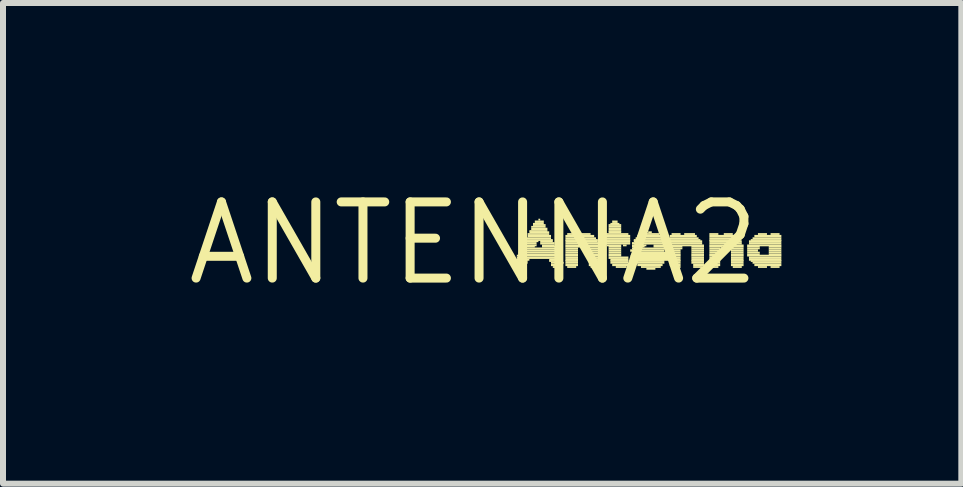
<source format=kicad_pcb>
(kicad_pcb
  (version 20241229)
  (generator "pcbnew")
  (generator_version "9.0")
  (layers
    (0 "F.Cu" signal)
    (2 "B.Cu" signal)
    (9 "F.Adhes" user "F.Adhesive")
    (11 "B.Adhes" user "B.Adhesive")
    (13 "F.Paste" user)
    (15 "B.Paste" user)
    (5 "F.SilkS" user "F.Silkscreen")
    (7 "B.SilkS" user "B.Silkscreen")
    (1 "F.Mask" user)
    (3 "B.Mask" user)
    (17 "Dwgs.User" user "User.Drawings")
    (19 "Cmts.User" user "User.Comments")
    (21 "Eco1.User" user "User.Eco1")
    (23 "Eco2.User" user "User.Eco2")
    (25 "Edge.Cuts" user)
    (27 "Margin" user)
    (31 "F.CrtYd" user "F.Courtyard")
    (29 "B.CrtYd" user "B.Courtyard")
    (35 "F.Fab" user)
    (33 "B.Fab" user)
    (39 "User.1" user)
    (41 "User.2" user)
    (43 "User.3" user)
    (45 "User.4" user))
  (footprint "ANTENNA2"
    (layer "F.Cu")
    (at 4.845 1.006)
    (property "Reference" "ANTENNA2" (at 0 0 0) (layer "F.SilkS") (effects (font (size 1.27 1.27) (thickness 0.15))))
    (attr through_hole)
    (fp_poly (pts (xy 0.69 0.31) (xy 0.9 0.31) (xy 0.9 0.28) (xy 0.69 0.28)) (stroke (width 0) (type solid)) (fill yes) (layer "F.SilkS"))
    (fp_poly (pts (xy 0.69 0.34) (xy 0.9 0.34) (xy 0.9 0.31) (xy 0.69 0.31)) (stroke (width 0) (type solid)) (fill yes) (layer "F.SilkS"))
    (fp_poly (pts (xy 0.69 0.38) (xy 0.87 0.38) (xy 0.87 0.34) (xy 0.69 0.34)) (stroke (width 0) (type solid)) (fill yes) (layer "F.SilkS"))
    (fp_poly (pts (xy 0.72 0.22) (xy 1.44 0.22) (xy 1.44 0.19) (xy 0.72 0.19)) (stroke (width 0) (type solid)) (fill yes) (layer "F.SilkS"))
    (fp_poly (pts (xy 0.72 0.26) (xy 1.47 0.26) (xy 1.47 0.22) (xy 0.72 0.22)) (stroke (width 0) (type solid)) (fill yes) (layer "F.SilkS"))
    (fp_poly (pts (xy 0.72 0.29) (xy 0.93 0.29) (xy 0.93 0.26) (xy 0.72 0.26)) (stroke (width 0) (type solid)) (fill yes) (layer "F.SilkS"))
    (fp_poly (pts (xy 0.72 0.41) (xy 0.87 0.41) (xy 0.87 0.38) (xy 0.72 0.38)) (stroke (width 0) (type solid)) (fill yes) (layer "F.SilkS"))
    (fp_poly (pts (xy 0.75 0.17) (xy 1.41 0.17) (xy 1.41 0.14) (xy 0.75 0.14)) (stroke (width 0) (type solid)) (fill yes) (layer "F.SilkS"))
    (fp_poly (pts (xy 0.75 0.2) (xy 1.44 0.2) (xy 1.44 0.17) (xy 0.75 0.17)) (stroke (width 0) (type solid)) (fill yes) (layer "F.SilkS"))
    (fp_poly (pts (xy 0.78 0.1) (xy 1.38 0.1) (xy 1.38 0.07) (xy 0.78 0.07)) (stroke (width 0) (type solid)) (fill yes) (layer "F.SilkS"))
    (fp_poly (pts (xy 0.78 0.14) (xy 1.41 0.14) (xy 1.41 0.1) (xy 0.78 0.1)) (stroke (width 0) (type solid)) (fill yes) (layer "F.SilkS"))
    (fp_poly (pts (xy 0.81 0.05) (xy 1.05 0.05) (xy 1.05 0.02) (xy 0.81 0.02)) (stroke (width 0) (type solid)) (fill yes) (layer "F.SilkS"))
    (fp_poly (pts (xy 0.81 0.07) (xy 1.02 0.07) (xy 1.02 0.04) (xy 0.81 0.04)) (stroke (width 0) (type solid)) (fill yes) (layer "F.SilkS"))
    (fp_poly (pts (xy 0.84 -0.02) (xy 1.08 -0.02) (xy 1.08 -0.05) (xy 0.84 -0.05)) (stroke (width 0) (type solid)) (fill yes) (layer "F.SilkS"))
    (fp_poly (pts (xy 0.84 0.02) (xy 1.05 0.02) (xy 1.05 -0.02) (xy 0.84 -0.02)) (stroke (width 0) (type solid)) (fill yes) (layer "F.SilkS"))
    (fp_poly (pts (xy 0.87 -0.07) (xy 1.29 -0.07) (xy 1.29 -0.1) (xy 0.87 -0.1)) (stroke (width 0) (type solid)) (fill yes) (layer "F.SilkS"))
    (fp_poly (pts (xy 0.87 -0.04) (xy 1.32 -0.04) (xy 1.32 -0.07) (xy 0.87 -0.07)) (stroke (width 0) (type solid)) (fill yes) (layer "F.SilkS"))
    (fp_poly (pts (xy 0.9 -0.14) (xy 1.26 -0.14) (xy 1.26 -0.17) (xy 0.9 -0.17)) (stroke (width 0) (type solid)) (fill yes) (layer "F.SilkS"))
    (fp_poly (pts (xy 0.9 -0.1) (xy 1.29 -0.1) (xy 1.29 -0.14) (xy 0.9 -0.14)) (stroke (width 0) (type solid)) (fill yes) (layer "F.SilkS"))
    (fp_poly (pts (xy 0.93 -0.19) (xy 1.23 -0.19) (xy 1.23 -0.22) (xy 0.93 -0.22)) (stroke (width 0) (type solid)) (fill yes) (layer "F.SilkS"))
    (fp_poly (pts (xy 0.93 -0.17) (xy 1.26 -0.17) (xy 1.26 -0.2) (xy 0.93 -0.2)) (stroke (width 0) (type solid)) (fill yes) (layer "F.SilkS"))
    (fp_poly (pts (xy 0.96 -0.26) (xy 1.2 -0.26) (xy 1.2 -0.29) (xy 0.96 -0.29)) (stroke (width 0) (type solid)) (fill yes) (layer "F.SilkS"))
    (fp_poly (pts (xy 0.96 -0.22) (xy 1.23 -0.22) (xy 1.23 -0.26) (xy 0.96 -0.26)) (stroke (width 0) (type solid)) (fill yes) (layer "F.SilkS"))
    (fp_poly (pts (xy 0.99 -0.31) (xy 1.17 -0.31) (xy 1.17 -0.34) (xy 0.99 -0.34)) (stroke (width 0) (type solid)) (fill yes) (layer "F.SilkS"))
    (fp_poly (pts (xy 0.99 -0.29) (xy 1.2 -0.29) (xy 1.2 -0.32) (xy 0.99 -0.32)) (stroke (width 0) (type solid)) (fill yes) (layer "F.SilkS"))
    (fp_poly (pts (xy 1.02 -0.34) (xy 1.17 -0.34) (xy 1.17 -0.38) (xy 1.02 -0.38)) (stroke (width 0) (type solid)) (fill yes) (layer "F.SilkS"))
    (fp_poly (pts (xy 1.08 -0.38) (xy 1.11 -0.38) (xy 1.11 -0.41) (xy 1.08 -0.41)) (stroke (width 0) (type solid)) (fill yes) (layer "F.SilkS"))
    (fp_poly (pts (xy 1.11 -0.02) (xy 1.32 -0.02) (xy 1.32 -0.05) (xy 1.11 -0.05)) (stroke (width 0) (type solid)) (fill yes) (layer "F.SilkS"))
    (fp_poly (pts (xy 1.11 0.02) (xy 1.35 0.02) (xy 1.35 -0.02) (xy 1.11 -0.02)) (stroke (width 0) (type solid)) (fill yes) (layer "F.SilkS"))
    (fp_poly (pts (xy 1.14 0.05) (xy 1.35 0.05) (xy 1.35 0.02) (xy 1.14 0.02)) (stroke (width 0) (type solid)) (fill yes) (layer "F.SilkS"))
    (fp_poly (pts (xy 1.14 0.07) (xy 1.38 0.07) (xy 1.38 0.04) (xy 1.14 0.04)) (stroke (width 0) (type solid)) (fill yes) (layer "F.SilkS"))
    (fp_poly (pts (xy 1.26 0.29) (xy 1.47 0.29) (xy 1.47 0.26) (xy 1.26 0.26)) (stroke (width 0) (type solid)) (fill yes) (layer "F.SilkS"))
    (fp_poly (pts (xy 1.26 0.31) (xy 1.47 0.31) (xy 1.47 0.28) (xy 1.26 0.28)) (stroke (width 0) (type solid)) (fill yes) (layer "F.SilkS"))
    (fp_poly (pts (xy 1.29 0.34) (xy 1.5 0.34) (xy 1.5 0.31) (xy 1.29 0.31)) (stroke (width 0) (type solid)) (fill yes) (layer "F.SilkS"))
    (fp_poly (pts (xy 1.29 0.38) (xy 1.47 0.38) (xy 1.47 0.34) (xy 1.29 0.34)) (stroke (width 0) (type solid)) (fill yes) (layer "F.SilkS"))
    (fp_poly (pts (xy 1.32 0.41) (xy 1.44 0.41) (xy 1.44 0.38) (xy 1.32 0.38)) (stroke (width 0) (type solid)) (fill yes) (layer "F.SilkS"))
    (fp_poly (pts (xy 1.53 -0.1) (xy 2.01 -0.1) (xy 2.01 -0.14) (xy 1.53 -0.14)) (stroke (width 0) (type solid)) (fill yes) (layer "F.SilkS"))
    (fp_poly (pts (xy 1.53 -0.07) (xy 2.04 -0.07) (xy 2.04 -0.1) (xy 1.53 -0.1)) (stroke (width 0) (type solid)) (fill yes) (layer "F.SilkS"))
    (fp_poly (pts (xy 1.53 -0.04) (xy 2.07 -0.04) (xy 2.07 -0.07) (xy 1.53 -0.07)) (stroke (width 0) (type solid)) (fill yes) (layer "F.SilkS"))
    (fp_poly (pts (xy 1.53 -0.02) (xy 2.07 -0.02) (xy 2.07 -0.05) (xy 1.53 -0.05)) (stroke (width 0) (type solid)) (fill yes) (layer "F.SilkS"))
    (fp_poly (pts (xy 1.53 0.02) (xy 2.1 0.02) (xy 2.1 -0.02) (xy 1.53 -0.02)) (stroke (width 0) (type solid)) (fill yes) (layer "F.SilkS"))
    (fp_poly (pts (xy 1.53 0.05) (xy 2.1 0.05) (xy 2.1 0.02) (xy 1.53 0.02)) (stroke (width 0) (type solid)) (fill yes) (layer "F.SilkS"))
    (fp_poly (pts (xy 1.53 0.07) (xy 1.77 0.07) (xy 1.77 0.04) (xy 1.53 0.04)) (stroke (width 0) (type solid)) (fill yes) (layer "F.SilkS"))
    (fp_poly (pts (xy 1.53 0.1) (xy 1.74 0.1) (xy 1.74 0.07) (xy 1.53 0.07)) (stroke (width 0) (type solid)) (fill yes) (layer "F.SilkS"))
    (fp_poly (pts (xy 1.53 0.14) (xy 1.74 0.14) (xy 1.74 0.1) (xy 1.53 0.1)) (stroke (width 0) (type solid)) (fill yes) (layer "F.SilkS"))
    (fp_poly (pts (xy 1.53 0.17) (xy 1.74 0.17) (xy 1.74 0.14) (xy 1.53 0.14)) (stroke (width 0) (type solid)) (fill yes) (layer "F.SilkS"))
    (fp_poly (pts (xy 1.53 0.2) (xy 1.74 0.2) (xy 1.74 0.17) (xy 1.53 0.17)) (stroke (width 0) (type solid)) (fill yes) (layer "F.SilkS"))
    (fp_poly (pts (xy 1.53 0.22) (xy 1.74 0.22) (xy 1.74 0.19) (xy 1.53 0.19)) (stroke (width 0) (type solid)) (fill yes) (layer "F.SilkS"))
    (fp_poly (pts (xy 1.53 0.26) (xy 1.74 0.26) (xy 1.74 0.22) (xy 1.53 0.22)) (stroke (width 0) (type solid)) (fill yes) (layer "F.SilkS"))
    (fp_poly (pts (xy 1.53 0.29) (xy 1.74 0.29) (xy 1.74 0.26) (xy 1.53 0.26)) (stroke (width 0) (type solid)) (fill yes) (layer "F.SilkS"))
    (fp_poly (pts (xy 1.53 0.31) (xy 1.74 0.31) (xy 1.74 0.28) (xy 1.53 0.28)) (stroke (width 0) (type solid)) (fill yes) (layer "F.SilkS"))
    (fp_poly (pts (xy 1.53 0.34) (xy 1.74 0.34) (xy 1.74 0.31) (xy 1.53 0.31)) (stroke (width 0) (type solid)) (fill yes) (layer "F.SilkS"))
    (fp_poly (pts (xy 1.53 0.38) (xy 1.74 0.38) (xy 1.74 0.34) (xy 1.53 0.34)) (stroke (width 0) (type solid)) (fill yes) (layer "F.SilkS"))
    (fp_poly (pts (xy 1.56 -0.14) (xy 1.71 -0.14) (xy 1.71 -0.17) (xy 1.56 -0.17)) (stroke (width 0) (type solid)) (fill yes) (layer "F.SilkS"))
    (fp_poly (pts (xy 1.56 0.41) (xy 1.71 0.41) (xy 1.71 0.38) (xy 1.56 0.38)) (stroke (width 0) (type solid)) (fill yes) (layer "F.SilkS"))
    (fp_poly (pts (xy 1.8 -0.14) (xy 1.95 -0.14) (xy 1.95 -0.17) (xy 1.8 -0.17)) (stroke (width 0) (type solid)) (fill yes) (layer "F.SilkS"))
    (fp_poly (pts (xy 1.89 0.07) (xy 2.1 0.07) (xy 2.1 0.04) (xy 1.89 0.04)) (stroke (width 0) (type solid)) (fill yes) (layer "F.SilkS"))
    (fp_poly (pts (xy 1.92 0.1) (xy 2.13 0.1) (xy 2.13 0.07) (xy 1.92 0.07)) (stroke (width 0) (type solid)) (fill yes) (layer "F.SilkS"))
    (fp_poly (pts (xy 1.92 0.14) (xy 2.13 0.14) (xy 2.13 0.1) (xy 1.92 0.1)) (stroke (width 0) (type solid)) (fill yes) (layer "F.SilkS"))
    (fp_poly (pts (xy 1.92 0.17) (xy 2.13 0.17) (xy 2.13 0.14) (xy 1.92 0.14)) (stroke (width 0) (type solid)) (fill yes) (layer "F.SilkS"))
    (fp_poly (pts (xy 1.92 0.2) (xy 2.13 0.2) (xy 2.13 0.17) (xy 1.92 0.17)) (stroke (width 0) (type solid)) (fill yes) (layer "F.SilkS"))
    (fp_poly (pts (xy 1.92 0.22) (xy 2.13 0.22) (xy 2.13 0.19) (xy 1.92 0.19)) (stroke (width 0) (type solid)) (fill yes) (layer "F.SilkS"))
    (fp_poly (pts (xy 1.92 0.26) (xy 2.13 0.26) (xy 2.13 0.22) (xy 1.92 0.22)) (stroke (width 0) (type solid)) (fill yes) (layer "F.SilkS"))
    (fp_poly (pts (xy 1.92 0.29) (xy 2.13 0.29) (xy 2.13 0.26) (xy 1.92 0.26)) (stroke (width 0) (type solid)) (fill yes) (layer "F.SilkS"))
    (fp_poly (pts (xy 1.92 0.31) (xy 2.13 0.31) (xy 2.13 0.28) (xy 1.92 0.28)) (stroke (width 0) (type solid)) (fill yes) (layer "F.SilkS"))
    (fp_poly (pts (xy 1.92 0.34) (xy 2.13 0.34) (xy 2.13 0.31) (xy 1.92 0.31)) (stroke (width 0) (type solid)) (fill yes) (layer "F.SilkS"))
    (fp_poly (pts (xy 1.92 0.38) (xy 2.1 0.38) (xy 2.1 0.34) (xy 1.92 0.34)) (stroke (width 0) (type solid)) (fill yes) (layer "F.SilkS"))
    (fp_poly (pts (xy 1.95 0.41) (xy 2.1 0.41) (xy 2.1 0.38) (xy 1.95 0.38)) (stroke (width 0) (type solid)) (fill yes) (layer "F.SilkS"))
    (fp_poly (pts (xy 2.16 -0.1) (xy 2.61 -0.1) (xy 2.61 -0.14) (xy 2.16 -0.14)) (stroke (width 0) (type solid)) (fill yes) (layer "F.SilkS"))
    (fp_poly (pts (xy 2.16 -0.07) (xy 2.61 -0.07) (xy 2.61 -0.1) (xy 2.16 -0.1)) (stroke (width 0) (type solid)) (fill yes) (layer "F.SilkS"))
    (fp_poly (pts (xy 2.16 -0.04) (xy 2.61 -0.04) (xy 2.61 -0.07) (xy 2.16 -0.07)) (stroke (width 0) (type solid)) (fill yes) (layer "F.SilkS"))
    (fp_poly (pts (xy 2.16 -0.02) (xy 2.61 -0.02) (xy 2.61 -0.05) (xy 2.16 -0.05)) (stroke (width 0) (type solid)) (fill yes) (layer "F.SilkS"))
    (fp_poly (pts (xy 2.16 0.02) (xy 2.61 0.02) (xy 2.61 -0.02) (xy 2.16 -0.02)) (stroke (width 0) (type solid)) (fill yes) (layer "F.SilkS"))
    (fp_poly (pts (xy 2.19 -0.14) (xy 2.58 -0.14) (xy 2.58 -0.17) (xy 2.19 -0.17)) (stroke (width 0) (type solid)) (fill yes) (layer "F.SilkS"))
    (fp_poly (pts (xy 2.22 0.05) (xy 2.46 0.05) (xy 2.46 0.02) (xy 2.22 0.02)) (stroke (width 0) (type solid)) (fill yes) (layer "F.SilkS"))
    (fp_poly (pts (xy 2.25 -0.29) (xy 2.46 -0.29) (xy 2.46 -0.32) (xy 2.25 -0.32)) (stroke (width 0) (type solid)) (fill yes) (layer "F.SilkS"))
    (fp_poly (pts (xy 2.25 -0.26) (xy 2.46 -0.26) (xy 2.46 -0.29) (xy 2.25 -0.29)) (stroke (width 0) (type solid)) (fill yes) (layer "F.SilkS"))
    (fp_poly (pts (xy 2.25 -0.22) (xy 2.46 -0.22) (xy 2.46 -0.26) (xy 2.25 -0.26)) (stroke (width 0) (type solid)) (fill yes) (layer "F.SilkS"))
    (fp_poly (pts (xy 2.25 -0.19) (xy 2.46 -0.19) (xy 2.46 -0.22) (xy 2.25 -0.22)) (stroke (width 0) (type solid)) (fill yes) (layer "F.SilkS"))
    (fp_poly (pts (xy 2.25 -0.17) (xy 2.46 -0.17) (xy 2.46 -0.2) (xy 2.25 -0.2)) (stroke (width 0) (type solid)) (fill yes) (layer "F.SilkS"))
    (fp_poly (pts (xy 2.25 0.07) (xy 2.46 0.07) (xy 2.46 0.04) (xy 2.25 0.04)) (stroke (width 0) (type solid)) (fill yes) (layer "F.SilkS"))
    (fp_poly (pts (xy 2.25 0.1) (xy 2.46 0.1) (xy 2.46 0.07) (xy 2.25 0.07)) (stroke (width 0) (type solid)) (fill yes) (layer "F.SilkS"))
    (fp_poly (pts (xy 2.25 0.14) (xy 2.46 0.14) (xy 2.46 0.1) (xy 2.25 0.1)) (stroke (width 0) (type solid)) (fill yes) (layer "F.SilkS"))
    (fp_poly (pts (xy 2.25 0.17) (xy 2.46 0.17) (xy 2.46 0.14) (xy 2.25 0.14)) (stroke (width 0) (type solid)) (fill yes) (layer "F.SilkS"))
    (fp_poly (pts (xy 2.25 0.2) (xy 2.46 0.2) (xy 2.46 0.17) (xy 2.25 0.17)) (stroke (width 0) (type solid)) (fill yes) (layer "F.SilkS"))
    (fp_poly (pts (xy 2.25 0.22) (xy 2.46 0.22) (xy 2.46 0.19) (xy 2.25 0.19)) (stroke (width 0) (type solid)) (fill yes) (layer "F.SilkS"))
    (fp_poly (pts (xy 2.25 0.26) (xy 2.58 0.26) (xy 2.58 0.22) (xy 2.25 0.22)) (stroke (width 0) (type solid)) (fill yes) (layer "F.SilkS"))
    (fp_poly (pts (xy 2.28 -0.31) (xy 2.43 -0.31) (xy 2.43 -0.34) (xy 2.28 -0.34)) (stroke (width 0) (type solid)) (fill yes) (layer "F.SilkS"))
    (fp_poly (pts (xy 2.28 0.29) (xy 2.58 0.29) (xy 2.58 0.26) (xy 2.28 0.26)) (stroke (width 0) (type solid)) (fill yes) (layer "F.SilkS"))
    (fp_poly (pts (xy 2.28 0.31) (xy 2.58 0.31) (xy 2.58 0.28) (xy 2.28 0.28)) (stroke (width 0) (type solid)) (fill yes) (layer "F.SilkS"))
    (fp_poly (pts (xy 2.28 0.34) (xy 2.58 0.34) (xy 2.58 0.31) (xy 2.28 0.31)) (stroke (width 0) (type solid)) (fill yes) (layer "F.SilkS"))
    (fp_poly (pts (xy 2.31 -0.34) (xy 2.4 -0.34) (xy 2.4 -0.38) (xy 2.31 -0.38)) (stroke (width 0) (type solid)) (fill yes) (layer "F.SilkS"))
    (fp_poly (pts (xy 2.31 0.38) (xy 2.58 0.38) (xy 2.58 0.34) (xy 2.31 0.34)) (stroke (width 0) (type solid)) (fill yes) (layer "F.SilkS"))
    (fp_poly (pts (xy 2.37 0.41) (xy 2.55 0.41) (xy 2.55 0.38) (xy 2.37 0.38)) (stroke (width 0) (type solid)) (fill yes) (layer "F.SilkS"))
    (fp_poly (pts (xy 2.49 0.05) (xy 2.55 0.05) (xy 2.55 0.02) (xy 2.49 0.02)) (stroke (width 0) (type solid)) (fill yes) (layer "F.SilkS"))
    (fp_poly (pts (xy 2.61 0.14) (xy 3.18 0.14) (xy 3.18 0.1) (xy 2.61 0.1)) (stroke (width 0) (type solid)) (fill yes) (layer "F.SilkS"))
    (fp_poly (pts (xy 2.64 0.02) (xy 3.21 0.02) (xy 3.21 -0.02) (xy 2.64 -0.02)) (stroke (width 0) (type solid)) (fill yes) (layer "F.SilkS"))
    (fp_poly (pts (xy 2.64 0.05) (xy 2.88 0.05) (xy 2.88 0.02) (xy 2.64 0.02)) (stroke (width 0) (type solid)) (fill yes) (layer "F.SilkS"))
    (fp_poly (pts (xy 2.64 0.07) (xy 2.85 0.07) (xy 2.85 0.04) (xy 2.64 0.04)) (stroke (width 0) (type solid)) (fill yes) (layer "F.SilkS"))
    (fp_poly (pts (xy 2.64 0.1) (xy 3.21 0.1) (xy 3.21 0.07) (xy 2.64 0.07)) (stroke (width 0) (type solid)) (fill yes) (layer "F.SilkS"))
    (fp_poly (pts (xy 2.64 0.17) (xy 3.18 0.17) (xy 3.18 0.14) (xy 2.64 0.14)) (stroke (width 0) (type solid)) (fill yes) (layer "F.SilkS"))
    (fp_poly (pts (xy 2.64 0.2) (xy 3.12 0.2) (xy 3.12 0.17) (xy 2.64 0.17)) (stroke (width 0) (type solid)) (fill yes) (layer "F.SilkS"))
    (fp_poly (pts (xy 2.64 0.22) (xy 2.85 0.22) (xy 2.85 0.19) (xy 2.64 0.19)) (stroke (width 0) (type solid)) (fill yes) (layer "F.SilkS"))
    (fp_poly (pts (xy 2.64 0.26) (xy 2.91 0.26) (xy 2.91 0.22) (xy 2.64 0.22)) (stroke (width 0) (type solid)) (fill yes) (layer "F.SilkS"))
    (fp_poly (pts (xy 2.67 -0.04) (xy 3.18 -0.04) (xy 3.18 -0.07) (xy 2.67 -0.07)) (stroke (width 0) (type solid)) (fill yes) (layer "F.SilkS"))
    (fp_poly (pts (xy 2.67 -0.02) (xy 3.18 -0.02) (xy 3.18 -0.05) (xy 2.67 -0.05)) (stroke (width 0) (type solid)) (fill yes) (layer "F.SilkS"))
    (fp_poly (pts (xy 2.67 0.29) (xy 3.15 0.29) (xy 3.15 0.26) (xy 2.67 0.26)) (stroke (width 0) (type solid)) (fill yes) (layer "F.SilkS"))
    (fp_poly (pts (xy 2.67 0.31) (xy 3.18 0.31) (xy 3.18 0.28) (xy 2.67 0.28)) (stroke (width 0) (type solid)) (fill yes) (layer "F.SilkS"))
    (fp_poly (pts (xy 2.7 -0.07) (xy 3.15 -0.07) (xy 3.15 -0.1) (xy 2.7 -0.1)) (stroke (width 0) (type solid)) (fill yes) (layer "F.SilkS"))
    (fp_poly (pts (xy 2.7 0.34) (xy 3.18 0.34) (xy 3.18 0.31) (xy 2.7 0.31)) (stroke (width 0) (type solid)) (fill yes) (layer "F.SilkS"))
    (fp_poly (pts (xy 2.73 -0.1) (xy 3.12 -0.1) (xy 3.12 -0.14) (xy 2.73 -0.14)) (stroke (width 0) (type solid)) (fill yes) (layer "F.SilkS"))
    (fp_poly (pts (xy 2.73 0.38) (xy 3.15 0.38) (xy 3.15 0.34) (xy 2.73 0.34)) (stroke (width 0) (type solid)) (fill yes) (layer "F.SilkS"))
    (fp_poly (pts (xy 2.79 -0.14) (xy 3.09 -0.14) (xy 3.09 -0.17) (xy 2.79 -0.17)) (stroke (width 0) (type solid)) (fill yes) (layer "F.SilkS"))
    (fp_poly (pts (xy 2.79 0.41) (xy 3.12 0.41) (xy 3.12 0.38) (xy 2.79 0.38)) (stroke (width 0) (type solid)) (fill yes) (layer "F.SilkS"))
    (fp_poly (pts (xy 2.88 0.44) (xy 3.03 0.44) (xy 3.03 0.41) (xy 2.88 0.41)) (stroke (width 0) (type solid)) (fill yes) (layer "F.SilkS"))
    (fp_poly (pts (xy 2.91 -0.17) (xy 2.97 -0.17) (xy 2.97 -0.2) (xy 2.91 -0.2)) (stroke (width 0) (type solid)) (fill yes) (layer "F.SilkS"))
    (fp_poly (pts (xy 3 0.05) (xy 3.21 0.05) (xy 3.21 0.02) (xy 3 0.02)) (stroke (width 0) (type solid)) (fill yes) (layer "F.SilkS"))
    (fp_poly (pts (xy 3 0.07) (xy 3.21 0.07) (xy 3.21 0.04) (xy 3 0.04)) (stroke (width 0) (type solid)) (fill yes) (layer "F.SilkS"))
    (fp_poly (pts (xy 3.03 0.26) (xy 3.15 0.26) (xy 3.15 0.22) (xy 3.03 0.22)) (stroke (width 0) (type solid)) (fill yes) (layer "F.SilkS"))
    (fp_poly (pts (xy 3.27 -0.1) (xy 3.72 -0.1) (xy 3.72 -0.14) (xy 3.27 -0.14)) (stroke (width 0) (type solid)) (fill yes) (layer "F.SilkS"))
    (fp_poly (pts (xy 3.27 -0.07) (xy 3.75 -0.07) (xy 3.75 -0.1) (xy 3.27 -0.1)) (stroke (width 0) (type solid)) (fill yes) (layer "F.SilkS"))
    (fp_poly (pts (xy 3.27 -0.04) (xy 3.78 -0.04) (xy 3.78 -0.07) (xy 3.27 -0.07)) (stroke (width 0) (type solid)) (fill yes) (layer "F.SilkS"))
    (fp_poly (pts (xy 3.27 -0.02) (xy 3.81 -0.02) (xy 3.81 -0.05) (xy 3.27 -0.05)) (stroke (width 0) (type solid)) (fill yes) (layer "F.SilkS"))
    (fp_poly (pts (xy 3.27 0.02) (xy 3.81 0.02) (xy 3.81 -0.02) (xy 3.27 -0.02)) (stroke (width 0) (type solid)) (fill yes) (layer "F.SilkS"))
    (fp_poly (pts (xy 3.27 0.05) (xy 3.84 0.05) (xy 3.84 0.02) (xy 3.27 0.02)) (stroke (width 0) (type solid)) (fill yes) (layer "F.SilkS"))
    (fp_poly (pts (xy 3.27 0.07) (xy 3.48 0.07) (xy 3.48 0.04) (xy 3.27 0.04)) (stroke (width 0) (type solid)) (fill yes) (layer "F.SilkS"))
    (fp_poly (pts (xy 3.27 0.1) (xy 3.48 0.1) (xy 3.48 0.07) (xy 3.27 0.07)) (stroke (width 0) (type solid)) (fill yes) (layer "F.SilkS"))
    (fp_poly (pts (xy 3.27 0.14) (xy 3.45 0.14) (xy 3.45 0.1) (xy 3.27 0.1)) (stroke (width 0) (type solid)) (fill yes) (layer "F.SilkS"))
    (fp_poly (pts (xy 3.27 0.17) (xy 3.45 0.17) (xy 3.45 0.14) (xy 3.27 0.14)) (stroke (width 0) (type solid)) (fill yes) (layer "F.SilkS"))
    (fp_poly (pts (xy 3.27 0.2) (xy 3.45 0.2) (xy 3.45 0.17) (xy 3.27 0.17)) (stroke (width 0) (type solid)) (fill yes) (layer "F.SilkS"))
    (fp_poly (pts (xy 3.27 0.22) (xy 3.45 0.22) (xy 3.45 0.19) (xy 3.27 0.19)) (stroke (width 0) (type solid)) (fill yes) (layer "F.SilkS"))
    (fp_poly (pts (xy 3.27 0.26) (xy 3.45 0.26) (xy 3.45 0.22) (xy 3.27 0.22)) (stroke (width 0) (type solid)) (fill yes) (layer "F.SilkS"))
    (fp_poly (pts (xy 3.27 0.29) (xy 3.45 0.29) (xy 3.45 0.26) (xy 3.27 0.26)) (stroke (width 0) (type solid)) (fill yes) (layer "F.SilkS"))
    (fp_poly (pts (xy 3.27 0.31) (xy 3.45 0.31) (xy 3.45 0.28) (xy 3.27 0.28)) (stroke (width 0) (type solid)) (fill yes) (layer "F.SilkS"))
    (fp_poly (pts (xy 3.27 0.34) (xy 3.45 0.34) (xy 3.45 0.31) (xy 3.27 0.31)) (stroke (width 0) (type solid)) (fill yes) (layer "F.SilkS"))
    (fp_poly (pts (xy 3.27 0.38) (xy 3.45 0.38) (xy 3.45 0.34) (xy 3.27 0.34)) (stroke (width 0) (type solid)) (fill yes) (layer "F.SilkS"))
    (fp_poly (pts (xy 3.3 -0.14) (xy 3.45 -0.14) (xy 3.45 -0.17) (xy 3.3 -0.17)) (stroke (width 0) (type solid)) (fill yes) (layer "F.SilkS"))
    (fp_poly (pts (xy 3.3 0.41) (xy 3.45 0.41) (xy 3.45 0.38) (xy 3.3 0.38)) (stroke (width 0) (type solid)) (fill yes) (layer "F.SilkS"))
    (fp_poly (pts (xy 3.51 -0.14) (xy 3.69 -0.14) (xy 3.69 -0.17) (xy 3.51 -0.17)) (stroke (width 0) (type solid)) (fill yes) (layer "F.SilkS"))
    (fp_poly (pts (xy 3.63 0.07) (xy 3.84 0.07) (xy 3.84 0.04) (xy 3.63 0.04)) (stroke (width 0) (type solid)) (fill yes) (layer "F.SilkS"))
    (fp_poly (pts (xy 3.63 0.1) (xy 3.84 0.1) (xy 3.84 0.07) (xy 3.63 0.07)) (stroke (width 0) (type solid)) (fill yes) (layer "F.SilkS"))
    (fp_poly (pts (xy 3.63 0.14) (xy 3.84 0.14) (xy 3.84 0.1) (xy 3.63 0.1)) (stroke (width 0) (type solid)) (fill yes) (layer "F.SilkS"))
    (fp_poly (pts (xy 3.63 0.17) (xy 3.84 0.17) (xy 3.84 0.14) (xy 3.63 0.14)) (stroke (width 0) (type solid)) (fill yes) (layer "F.SilkS"))
    (fp_poly (pts (xy 3.63 0.2) (xy 3.84 0.2) (xy 3.84 0.17) (xy 3.63 0.17)) (stroke (width 0) (type solid)) (fill yes) (layer "F.SilkS"))
    (fp_poly (pts (xy 3.63 0.22) (xy 3.84 0.22) (xy 3.84 0.19) (xy 3.63 0.19)) (stroke (width 0) (type solid)) (fill yes) (layer "F.SilkS"))
    (fp_poly (pts (xy 3.63 0.26) (xy 3.84 0.26) (xy 3.84 0.22) (xy 3.63 0.22)) (stroke (width 0) (type solid)) (fill yes) (layer "F.SilkS"))
    (fp_poly (pts (xy 3.63 0.29) (xy 3.84 0.29) (xy 3.84 0.26) (xy 3.63 0.26)) (stroke (width 0) (type solid)) (fill yes) (layer "F.SilkS"))
    (fp_poly (pts (xy 3.63 0.31) (xy 3.84 0.31) (xy 3.84 0.28) (xy 3.63 0.28)) (stroke (width 0) (type solid)) (fill yes) (layer "F.SilkS"))
    (fp_poly (pts (xy 3.63 0.34) (xy 3.84 0.34) (xy 3.84 0.31) (xy 3.63 0.31)) (stroke (width 0) (type solid)) (fill yes) (layer "F.SilkS"))
    (fp_poly (pts (xy 3.66 0.38) (xy 3.84 0.38) (xy 3.84 0.34) (xy 3.66 0.34)) (stroke (width 0) (type solid)) (fill yes) (layer "F.SilkS"))
    (fp_poly (pts (xy 3.66 0.41) (xy 3.81 0.41) (xy 3.81 0.38) (xy 3.66 0.38)) (stroke (width 0) (type solid)) (fill yes) (layer "F.SilkS"))
    (fp_poly (pts (xy 3.93 -0.14) (xy 4.08 -0.14) (xy 4.08 -0.17) (xy 3.93 -0.17)) (stroke (width 0) (type solid)) (fill yes) (layer "F.SilkS"))
    (fp_poly (pts (xy 3.93 -0.1) (xy 4.38 -0.1) (xy 4.38 -0.14) (xy 3.93 -0.14)) (stroke (width 0) (type solid)) (fill yes) (layer "F.SilkS"))
    (fp_poly (pts (xy 3.93 -0.07) (xy 4.41 -0.07) (xy 4.41 -0.1) (xy 3.93 -0.1)) (stroke (width 0) (type solid)) (fill yes) (layer "F.SilkS"))
    (fp_poly (pts (xy 3.93 -0.04) (xy 4.44 -0.04) (xy 4.44 -0.07) (xy 3.93 -0.07)) (stroke (width 0) (type solid)) (fill yes) (layer "F.SilkS"))
    (fp_poly (pts (xy 3.93 -0.02) (xy 4.47 -0.02) (xy 4.47 -0.05) (xy 3.93 -0.05)) (stroke (width 0) (type solid)) (fill yes) (layer "F.SilkS"))
    (fp_poly (pts (xy 3.93 0.02) (xy 4.47 0.02) (xy 4.47 -0.02) (xy 3.93 -0.02)) (stroke (width 0) (type solid)) (fill yes) (layer "F.SilkS"))
    (fp_poly (pts (xy 3.93 0.05) (xy 4.5 0.05) (xy 4.5 0.02) (xy 3.93 0.02)) (stroke (width 0) (type solid)) (fill yes) (layer "F.SilkS"))
    (fp_poly (pts (xy 3.93 0.07) (xy 4.14 0.07) (xy 4.14 0.04) (xy 3.93 0.04)) (stroke (width 0) (type solid)) (fill yes) (layer "F.SilkS"))
    (fp_poly (pts (xy 3.93 0.1) (xy 4.11 0.1) (xy 4.11 0.07) (xy 3.93 0.07)) (stroke (width 0) (type solid)) (fill yes) (layer "F.SilkS"))
    (fp_poly (pts (xy 3.93 0.14) (xy 4.11 0.14) (xy 4.11 0.1) (xy 3.93 0.1)) (stroke (width 0) (type solid)) (fill yes) (layer "F.SilkS"))
    (fp_poly (pts (xy 3.93 0.17) (xy 4.11 0.17) (xy 4.11 0.14) (xy 3.93 0.14)) (stroke (width 0) (type solid)) (fill yes) (layer "F.SilkS"))
    (fp_poly (pts (xy 3.93 0.2) (xy 4.11 0.2) (xy 4.11 0.17) (xy 3.93 0.17)) (stroke (width 0) (type solid)) (fill yes) (layer "F.SilkS"))
    (fp_poly (pts (xy 3.93 0.22) (xy 4.11 0.22) (xy 4.11 0.19) (xy 3.93 0.19)) (stroke (width 0) (type solid)) (fill yes) (layer "F.SilkS"))
    (fp_poly (pts (xy 3.93 0.26) (xy 4.11 0.26) (xy 4.11 0.22) (xy 3.93 0.22)) (stroke (width 0) (type solid)) (fill yes) (layer "F.SilkS"))
    (fp_poly (pts (xy 3.93 0.29) (xy 4.11 0.29) (xy 4.11 0.26) (xy 3.93 0.26)) (stroke (width 0) (type solid)) (fill yes) (layer "F.SilkS"))
    (fp_poly (pts (xy 3.93 0.31) (xy 4.11 0.31) (xy 4.11 0.28) (xy 3.93 0.28)) (stroke (width 0) (type solid)) (fill yes) (layer "F.SilkS"))
    (fp_poly (pts (xy 3.93 0.34) (xy 4.11 0.34) (xy 4.11 0.31) (xy 3.93 0.31)) (stroke (width 0) (type solid)) (fill yes) (layer "F.SilkS"))
    (fp_poly (pts (xy 3.93 0.38) (xy 4.11 0.38) (xy 4.11 0.34) (xy 3.93 0.34)) (stroke (width 0) (type solid)) (fill yes) (layer "F.SilkS"))
    (fp_poly (pts (xy 3.93 0.41) (xy 4.08 0.41) (xy 4.08 0.38) (xy 3.93 0.38)) (stroke (width 0) (type solid)) (fill yes) (layer "F.SilkS"))
    (fp_poly (pts (xy 4.17 -0.14) (xy 4.32 -0.14) (xy 4.32 -0.17) (xy 4.17 -0.17)) (stroke (width 0) (type solid)) (fill yes) (layer "F.SilkS"))
    (fp_poly (pts (xy 4.29 0.07) (xy 4.5 0.07) (xy 4.5 0.04) (xy 4.29 0.04)) (stroke (width 0) (type solid)) (fill yes) (layer "F.SilkS"))
    (fp_poly (pts (xy 4.29 0.1) (xy 4.5 0.1) (xy 4.5 0.07) (xy 4.29 0.07)) (stroke (width 0) (type solid)) (fill yes) (layer "F.SilkS"))
    (fp_poly (pts (xy 4.29 0.14) (xy 4.5 0.14) (xy 4.5 0.1) (xy 4.29 0.1)) (stroke (width 0) (type solid)) (fill yes) (layer "F.SilkS"))
    (fp_poly (pts (xy 4.29 0.17) (xy 4.5 0.17) (xy 4.5 0.14) (xy 4.29 0.14)) (stroke (width 0) (type solid)) (fill yes) (layer "F.SilkS"))
    (fp_poly (pts (xy 4.29 0.2) (xy 4.5 0.2) (xy 4.5 0.17) (xy 4.29 0.17)) (stroke (width 0) (type solid)) (fill yes) (layer "F.SilkS"))
    (fp_poly (pts (xy 4.29 0.22) (xy 4.5 0.22) (xy 4.5 0.19) (xy 4.29 0.19)) (stroke (width 0) (type solid)) (fill yes) (layer "F.SilkS"))
    (fp_poly (pts (xy 4.29 0.26) (xy 4.5 0.26) (xy 4.5 0.22) (xy 4.29 0.22)) (stroke (width 0) (type solid)) (fill yes) (layer "F.SilkS"))
    (fp_poly (pts (xy 4.29 0.29) (xy 4.5 0.29) (xy 4.5 0.26) (xy 4.29 0.26)) (stroke (width 0) (type solid)) (fill yes) (layer "F.SilkS"))
    (fp_poly (pts (xy 4.29 0.31) (xy 4.5 0.31) (xy 4.5 0.28) (xy 4.29 0.28)) (stroke (width 0) (type solid)) (fill yes) (layer "F.SilkS"))
    (fp_poly (pts (xy 4.29 0.34) (xy 4.5 0.34) (xy 4.5 0.31) (xy 4.29 0.31)) (stroke (width 0) (type solid)) (fill yes) (layer "F.SilkS"))
    (fp_poly (pts (xy 4.29 0.38) (xy 4.5 0.38) (xy 4.5 0.34) (xy 4.29 0.34)) (stroke (width 0) (type solid)) (fill yes) (layer "F.SilkS"))
    (fp_poly (pts (xy 4.32 0.41) (xy 4.47 0.41) (xy 4.47 0.38) (xy 4.32 0.38)) (stroke (width 0) (type solid)) (fill yes) (layer "F.SilkS"))
    (fp_poly (pts (xy 4.56 0.05) (xy 5.13 0.05) (xy 5.13 0.02) (xy 4.56 0.02)) (stroke (width 0) (type solid)) (fill yes) (layer "F.SilkS"))
    (fp_poly (pts (xy 4.56 0.07) (xy 4.77 0.07) (xy 4.77 0.04) (xy 4.56 0.04)) (stroke (width 0) (type solid)) (fill yes) (layer "F.SilkS"))
    (fp_poly (pts (xy 4.56 0.1) (xy 4.77 0.1) (xy 4.77 0.07) (xy 4.56 0.07)) (stroke (width 0) (type solid)) (fill yes) (layer "F.SilkS"))
    (fp_poly (pts (xy 4.56 0.14) (xy 4.74 0.14) (xy 4.74 0.1) (xy 4.56 0.1)) (stroke (width 0) (type solid)) (fill yes) (layer "F.SilkS"))
    (fp_poly (pts (xy 4.56 0.17) (xy 4.77 0.17) (xy 4.77 0.14) (xy 4.56 0.14)) (stroke (width 0) (type solid)) (fill yes) (layer "F.SilkS"))
    (fp_poly (pts (xy 4.56 0.2) (xy 4.77 0.2) (xy 4.77 0.17) (xy 4.56 0.17)) (stroke (width 0) (type solid)) (fill yes) (layer "F.SilkS"))
    (fp_poly (pts (xy 4.56 0.22) (xy 5.13 0.22) (xy 5.13 0.19) (xy 4.56 0.19)) (stroke (width 0) (type solid)) (fill yes) (layer "F.SilkS"))
    (fp_poly (pts (xy 4.59 -0.02) (xy 5.13 -0.02) (xy 5.13 -0.05) (xy 4.59 -0.05)) (stroke (width 0) (type solid)) (fill yes) (layer "F.SilkS"))
    (fp_poly (pts (xy 4.59 0.02) (xy 5.13 0.02) (xy 5.13 -0.02) (xy 4.59 -0.02)) (stroke (width 0) (type solid)) (fill yes) (layer "F.SilkS"))
    (fp_poly (pts (xy 4.59 0.26) (xy 5.13 0.26) (xy 5.13 0.22) (xy 4.59 0.22)) (stroke (width 0) (type solid)) (fill yes) (layer "F.SilkS"))
    (fp_poly (pts (xy 4.59 0.29) (xy 5.13 0.29) (xy 5.13 0.26) (xy 4.59 0.26)) (stroke (width 0) (type solid)) (fill yes) (layer "F.SilkS"))
    (fp_poly (pts (xy 4.62 -0.04) (xy 5.13 -0.04) (xy 5.13 -0.07) (xy 4.62 -0.07)) (stroke (width 0) (type solid)) (fill yes) (layer "F.SilkS"))
    (fp_poly (pts (xy 4.62 0.31) (xy 5.13 0.31) (xy 5.13 0.28) (xy 4.62 0.28)) (stroke (width 0) (type solid)) (fill yes) (layer "F.SilkS"))
    (fp_poly (pts (xy 4.65 -0.07) (xy 5.13 -0.07) (xy 5.13 -0.1) (xy 4.65 -0.1)) (stroke (width 0) (type solid)) (fill yes) (layer "F.SilkS"))
    (fp_poly (pts (xy 4.65 0.34) (xy 5.13 0.34) (xy 5.13 0.31) (xy 4.65 0.31)) (stroke (width 0) (type solid)) (fill yes) (layer "F.SilkS"))
    (fp_poly (pts (xy 4.68 -0.1) (xy 5.13 -0.1) (xy 5.13 -0.14) (xy 4.68 -0.14)) (stroke (width 0) (type solid)) (fill yes) (layer "F.SilkS"))
    (fp_poly (pts (xy 4.68 0.38) (xy 5.13 0.38) (xy 5.13 0.34) (xy 4.68 0.34)) (stroke (width 0) (type solid)) (fill yes) (layer "F.SilkS"))
    (fp_poly (pts (xy 4.74 -0.14) (xy 4.89 -0.14) (xy 4.89 -0.17) (xy 4.74 -0.17)) (stroke (width 0) (type solid)) (fill yes) (layer "F.SilkS"))
    (fp_poly (pts (xy 4.74 0.41) (xy 4.89 0.41) (xy 4.89 0.38) (xy 4.74 0.38)) (stroke (width 0) (type solid)) (fill yes) (layer "F.SilkS"))
    (fp_poly (pts (xy 4.92 0.07) (xy 5.13 0.07) (xy 5.13 0.04) (xy 4.92 0.04)) (stroke (width 0) (type solid)) (fill yes) (layer "F.SilkS"))
    (fp_poly (pts (xy 4.92 0.1) (xy 5.13 0.1) (xy 5.13 0.07) (xy 4.92 0.07)) (stroke (width 0) (type solid)) (fill yes) (layer "F.SilkS"))
    (fp_poly (pts (xy 4.92 0.14) (xy 5.13 0.14) (xy 5.13 0.1) (xy 4.92 0.1)) (stroke (width 0) (type solid)) (fill yes) (layer "F.SilkS"))
    (fp_poly (pts (xy 4.92 0.17) (xy 5.13 0.17) (xy 5.13 0.14) (xy 4.92 0.14)) (stroke (width 0) (type solid)) (fill yes) (layer "F.SilkS"))
    (fp_poly (pts (xy 4.92 0.2) (xy 5.13 0.2) (xy 5.13 0.17) (xy 4.92 0.17)) (stroke (width 0) (type solid)) (fill yes) (layer "F.SilkS"))
    (fp_poly (pts (xy 4.95 -0.14) (xy 5.1 -0.14) (xy 5.1 -0.17) (xy 4.95 -0.17)) (stroke (width 0) (type solid)) (fill yes) (layer "F.SilkS"))
    (fp_poly (pts (xy 4.95 0.41) (xy 5.1 0.41) (xy 5.1 0.38) (xy 4.95 0.38)) (stroke (width 0) (type solid)) (fill yes) (layer "F.SilkS")))
  (gr_rect
    (start -3 -3)
    (end 12.975 5.012)
    (stroke (width 0.1) (type default))
    (fill no)
    (layer "Edge.Cuts")))
</source>
